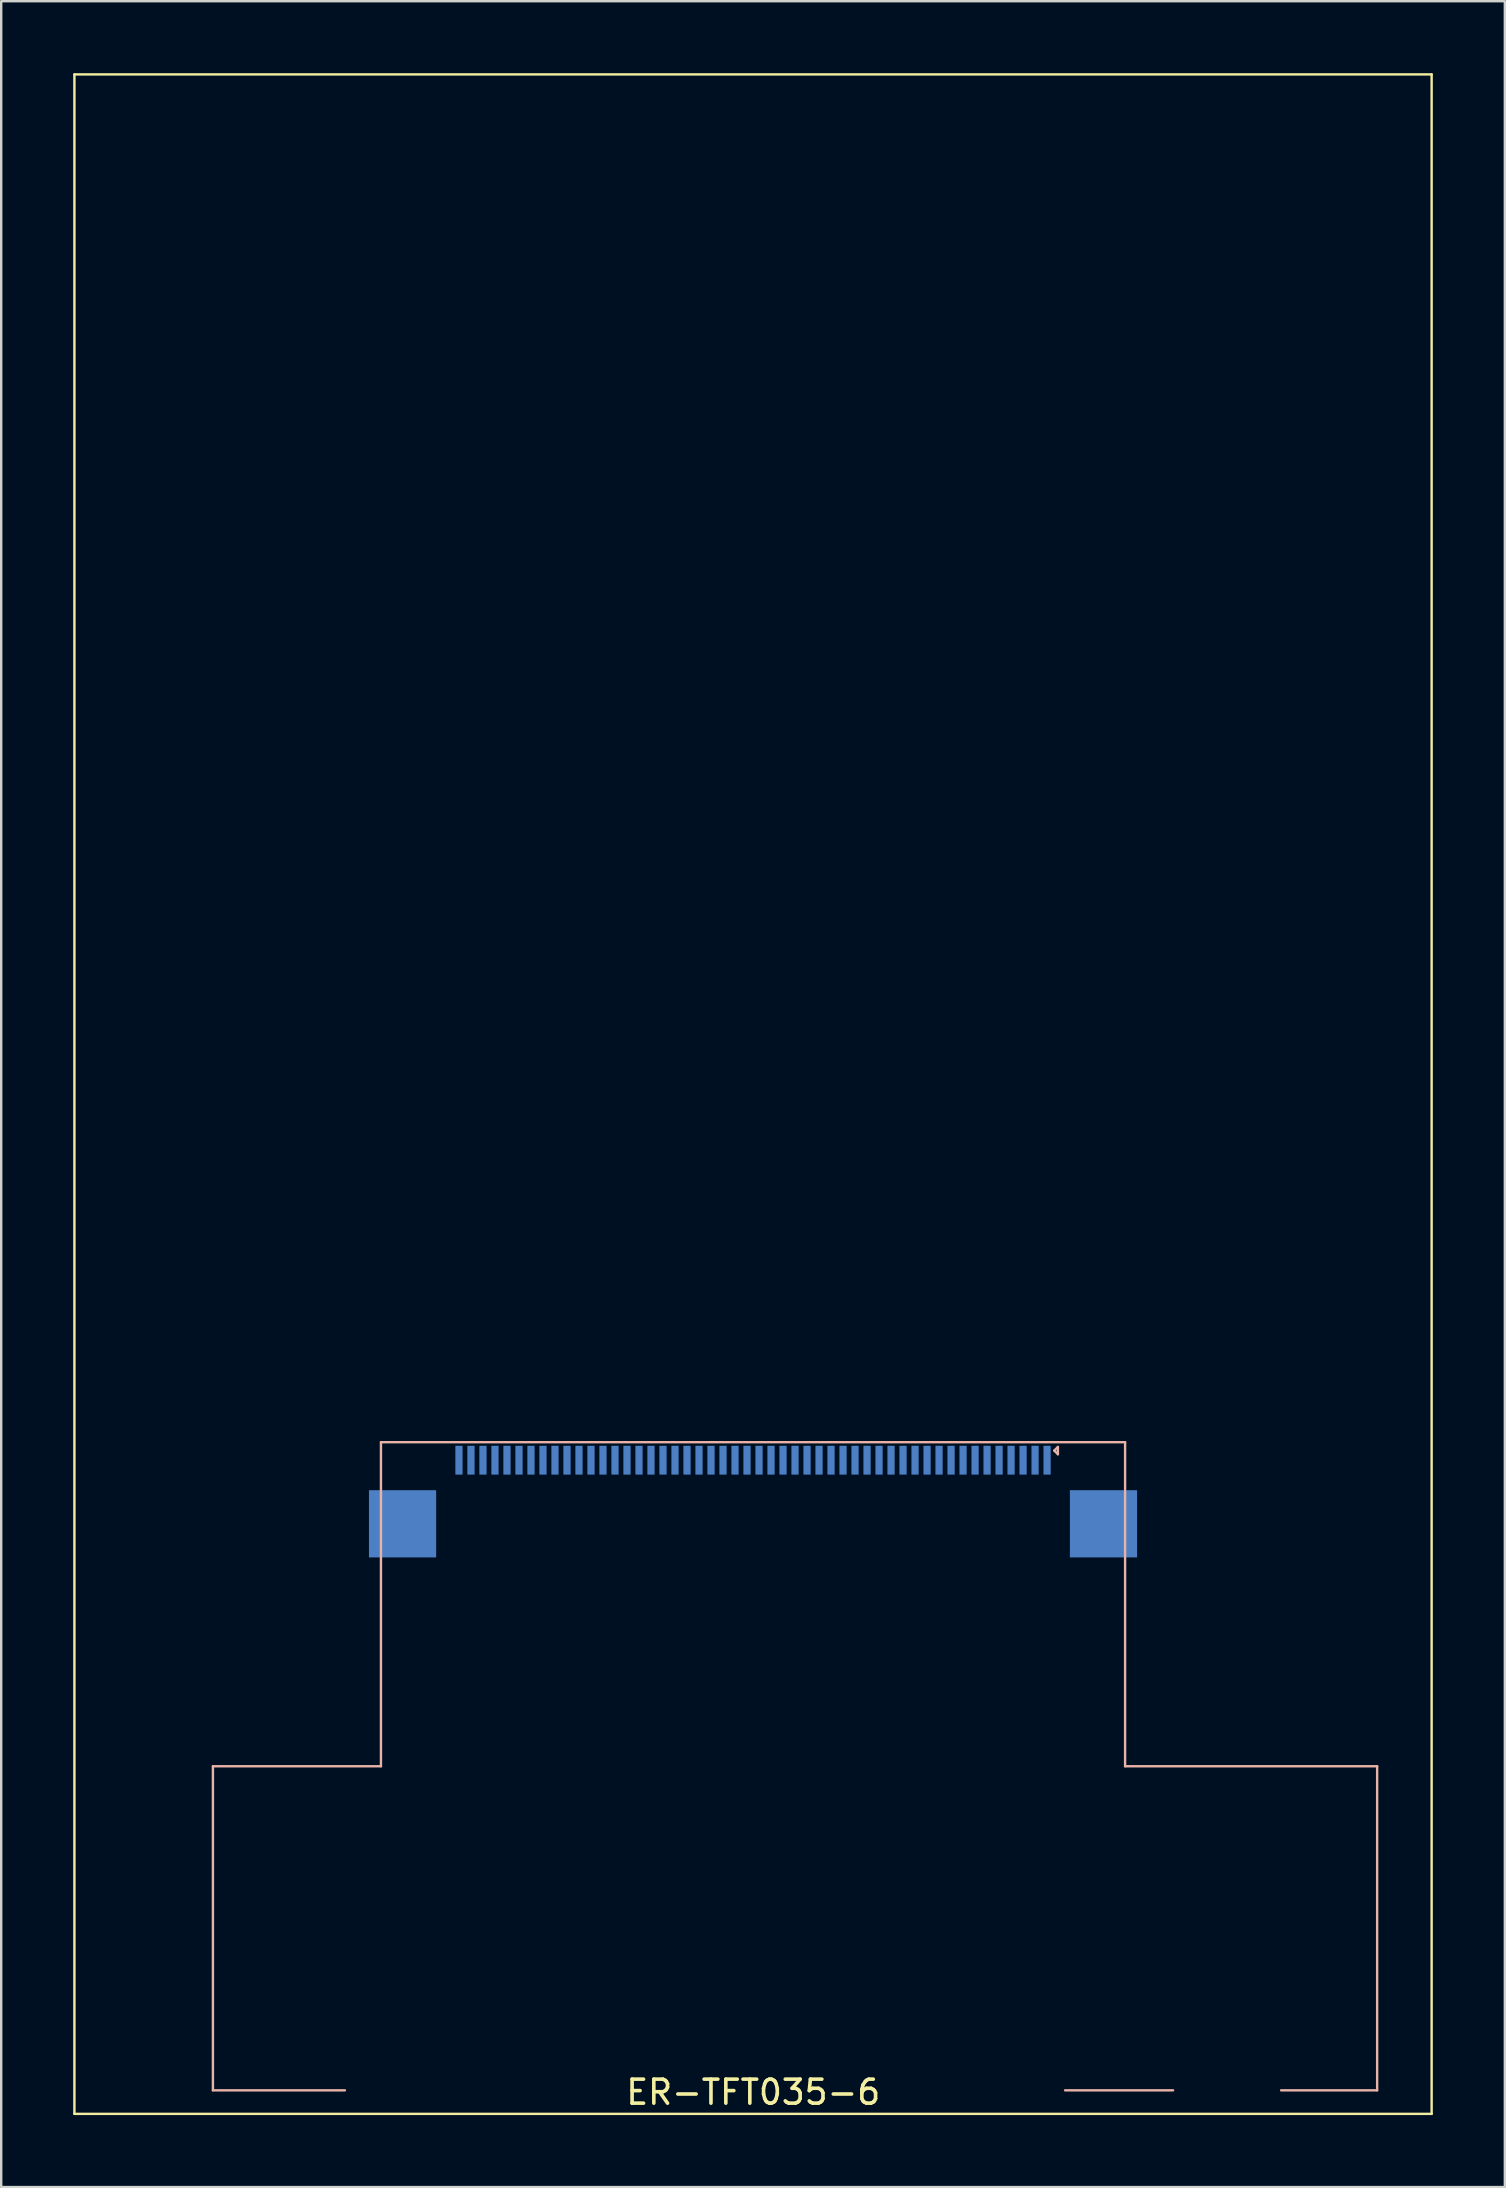
<source format=kicad_pcb>
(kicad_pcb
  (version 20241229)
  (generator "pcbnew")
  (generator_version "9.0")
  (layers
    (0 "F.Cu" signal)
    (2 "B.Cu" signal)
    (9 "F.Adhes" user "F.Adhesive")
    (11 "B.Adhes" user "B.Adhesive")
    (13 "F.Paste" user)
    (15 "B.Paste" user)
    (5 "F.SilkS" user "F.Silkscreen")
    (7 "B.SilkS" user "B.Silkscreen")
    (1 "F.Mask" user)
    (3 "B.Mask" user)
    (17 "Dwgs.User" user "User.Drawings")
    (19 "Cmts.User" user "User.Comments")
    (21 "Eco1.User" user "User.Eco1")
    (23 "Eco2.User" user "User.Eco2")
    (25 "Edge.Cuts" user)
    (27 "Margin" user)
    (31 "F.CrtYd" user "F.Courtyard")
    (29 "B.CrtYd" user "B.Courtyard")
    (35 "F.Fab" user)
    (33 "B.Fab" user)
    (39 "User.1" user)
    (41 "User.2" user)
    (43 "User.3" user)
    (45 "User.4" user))
  (footprint "ER-TFT035-6"
    (layer "F.Cu")
    (at 28.32 40.53)
    (property "Reference" "ER-TFT035-6" (at 0.01 43.58 0) (layer "F.SilkS") (effects (font (size 1 1) (thickness 0.15))))
    (attr smd)
    (fp_line (start -28.27 -40.48) (end 28.27 -40.48) (stroke (width 0.1) (type solid)) (layer "F.SilkS"))
    (fp_line (start -28.27 44.48) (end -28.27 -40.48) (stroke (width 0.1) (type solid)) (layer "F.SilkS"))
    (fp_line (start 28.27 -40.48) (end 28.27 44.48) (stroke (width 0.1) (type solid)) (layer "F.SilkS"))
    (fp_line (start 28.27 44.48) (end -28.27 44.48) (stroke (width 0.1) (type solid)) (layer "F.SilkS"))
    (fp_line (start -22.5 30) (end -22.5 43.5) (stroke (width 0.1) (type solid)) (layer "B.SilkS"))
    (fp_line (start -22.5 43.5) (end -17 43.5) (stroke (width 0.1) (type solid)) (layer "B.SilkS"))
    (fp_line (start -15.5 16.5) (end -15.5 30) (stroke (width 0.1) (type solid)) (layer "B.SilkS"))
    (fp_line (start -15.5 16.5) (end 15.5 16.5) (stroke (width 0.1) (type solid)) (layer "B.SilkS"))
    (fp_line (start -15.5 30) (end -22.5 30) (stroke (width 0.1) (type solid)) (layer "B.SilkS"))
    (fp_line (start 12.55 16.85) (end 12.7 17) (stroke (width 0.1) (type solid)) (layer "B.SilkS"))
    (fp_line (start 12.7 16.7) (end 12.55 16.85) (stroke (width 0.1) (type solid)) (layer "B.SilkS"))
    (fp_line (start 12.7 17) (end 12.7 16.7) (stroke (width 0.1) (type solid)) (layer "B.SilkS"))
    (fp_line (start 15.5 16.5) (end 15.5 30) (stroke (width 0.1) (type solid)) (layer "B.SilkS"))
    (fp_line (start 17.5 43.5) (end 13 43.5) (stroke (width 0.1) (type solid)) (layer "B.SilkS"))
    (fp_line (start 26 30) (end 15.5 30) (stroke (width 0.1) (type solid)) (layer "B.SilkS"))
    (fp_line (start 26 30) (end 26 43.5) (stroke (width 0.1) (type solid)) (layer "B.SilkS"))
    (fp_line (start 26 43.5) (end 22 43.5) (stroke (width 0.1) (type solid)) (layer "B.SilkS"))
    (pad "" smd rect (at -14.6 19.9) (size 2.8 2.8) (layers "B.Cu" "B.Mask" "B.Paste"))
    (pad "" smd rect (at 14.6 19.9) (size 2.8 2.8) (layers "B.Cu" "B.Mask" "B.Paste"))
    (pad "1" smd rect (at 12.25 17.25) (size 0.3 1.2) (layers "B.Cu" "B.Mask" "B.Paste"))
    (pad "2" smd rect (at 11.75 17.25) (size 0.3 1.2) (layers "B.Cu" "B.Mask" "B.Paste"))
    (pad "3" smd rect (at 11.25 17.25) (size 0.3 1.2) (layers "B.Cu" "B.Mask" "B.Paste"))
    (pad "4" smd rect (at 10.75 17.25) (size 0.3 1.2) (layers "B.Cu" "B.Mask" "B.Paste"))
    (pad "5" smd rect (at 10.25 17.25) (size 0.3 1.2) (layers "B.Cu" "B.Mask" "B.Paste"))
    (pad "6" smd rect (at 9.75 17.25) (size 0.3 1.2) (layers "B.Cu" "B.Mask" "B.Paste"))
    (pad "7" smd rect (at 9.25 17.25) (size 0.3 1.2) (layers "B.Cu" "B.Mask" "B.Paste"))
    (pad "8" smd rect (at 8.75 17.25) (size 0.3 1.2) (layers "B.Cu" "B.Mask" "B.Paste"))
    (pad "9" smd rect (at 8.25 17.25) (size 0.3 1.2) (layers "B.Cu" "B.Mask" "B.Paste"))
    (pad "10" smd rect (at 7.75 17.25) (size 0.3 1.2) (layers "B.Cu" "B.Mask" "B.Paste"))
    (pad "11" smd rect (at 7.25 17.25) (size 0.3 1.2) (layers "B.Cu" "B.Mask" "B.Paste"))
    (pad "12" smd rect (at 6.75 17.25) (size 0.3 1.2) (layers "B.Cu" "B.Mask" "B.Paste"))
    (pad "13" smd rect (at 6.25 17.25) (size 0.3 1.2) (layers "B.Cu" "B.Mask" "B.Paste"))
    (pad "14" smd rect (at 5.75 17.25) (size 0.3 1.2) (layers "B.Cu" "B.Mask" "B.Paste"))
    (pad "15" smd rect (at 5.25 17.25) (size 0.3 1.2) (layers "B.Cu" "B.Mask" "B.Paste"))
    (pad "16" smd rect (at 4.75 17.25) (size 0.3 1.2) (layers "B.Cu" "B.Mask" "B.Paste"))
    (pad "17" smd rect (at 4.25 17.25) (size 0.3 1.2) (layers "B.Cu" "B.Mask" "B.Paste"))
    (pad "18" smd rect (at 3.75 17.25) (size 0.3 1.2) (layers "B.Cu" "B.Mask" "B.Paste"))
    (pad "19" smd rect (at 3.25 17.25) (size 0.3 1.2) (layers "B.Cu" "B.Mask" "B.Paste"))
    (pad "20" smd rect (at 2.75 17.25) (size 0.3 1.2) (layers "B.Cu" "B.Mask" "B.Paste"))
    (pad "21" smd rect (at 2.25 17.25) (size 0.3 1.2) (layers "B.Cu" "B.Mask" "B.Paste"))
    (pad "22" smd rect (at 1.75 17.25) (size 0.3 1.2) (layers "B.Cu" "B.Mask" "B.Paste"))
    (pad "23" smd rect (at 1.25 17.25) (size 0.3 1.2) (layers "B.Cu" "B.Mask" "B.Paste"))
    (pad "24" smd rect (at 0.75 17.25) (size 0.3 1.2) (layers "B.Cu" "B.Mask" "B.Paste"))
    (pad "25" smd rect (at 0.25 17.25) (size 0.3 1.2) (layers "B.Cu" "B.Mask" "B.Paste"))
    (pad "26" smd rect (at -0.25 17.25) (size 0.3 1.2) (layers "B.Cu" "B.Mask" "B.Paste"))
    (pad "27" smd rect (at -0.75 17.25) (size 0.3 1.2) (layers "B.Cu" "B.Mask" "B.Paste"))
    (pad "28" smd rect (at -1.25 17.25) (size 0.3 1.2) (layers "B.Cu" "B.Mask" "B.Paste"))
    (pad "29" smd rect (at -1.75 17.25) (size 0.3 1.2) (layers "B.Cu" "B.Mask" "B.Paste"))
    (pad "30" smd rect (at -2.25 17.25) (size 0.3 1.2) (layers "B.Cu" "B.Mask" "B.Paste"))
    (pad "31" smd rect (at -2.75 17.25) (size 0.3 1.2) (layers "B.Cu" "B.Mask" "B.Paste"))
    (pad "32" smd rect (at -3.25 17.25) (size 0.3 1.2) (layers "B.Cu" "B.Mask" "B.Paste"))
    (pad "33" smd rect (at -3.75 17.25) (size 0.3 1.2) (layers "B.Cu" "B.Mask" "B.Paste"))
    (pad "34" smd rect (at -4.25 17.25) (size 0.3 1.2) (layers "B.Cu" "B.Mask" "B.Paste"))
    (pad "35" smd rect (at -4.75 17.25) (size 0.3 1.2) (layers "B.Cu" "B.Mask" "B.Paste"))
    (pad "36" smd rect (at -5.25 17.25) (size 0.3 1.2) (layers "B.Cu" "B.Mask" "B.Paste"))
    (pad "37" smd rect (at -5.75 17.25) (size 0.3 1.2) (layers "B.Cu" "B.Mask" "B.Paste"))
    (pad "38" smd rect (at -6.25 17.25) (size 0.3 1.2) (layers "B.Cu" "B.Mask" "B.Paste"))
    (pad "39" smd rect (at -6.75 17.25) (size 0.3 1.2) (layers "B.Cu" "B.Mask" "B.Paste"))
    (pad "40" smd rect (at -7.25 17.25) (size 0.3 1.2) (layers "B.Cu" "B.Mask" "B.Paste"))
    (pad "41" smd rect (at -7.75 17.25) (size 0.3 1.2) (layers "B.Cu" "B.Mask" "B.Paste"))
    (pad "42" smd rect (at -8.25 17.25) (size 0.3 1.2) (layers "B.Cu" "B.Mask" "B.Paste"))
    (pad "43" smd rect (at -8.75 17.25) (size 0.3 1.2) (layers "B.Cu" "B.Mask" "B.Paste"))
    (pad "44" smd rect (at -9.25 17.25) (size 0.3 1.2) (layers "B.Cu" "B.Mask" "B.Paste"))
    (pad "45" smd rect (at -9.75 17.25) (size 0.3 1.2) (layers "B.Cu" "B.Mask" "B.Paste"))
    (pad "46" smd rect (at -10.25 17.25) (size 0.3 1.2) (layers "B.Cu" "B.Mask" "B.Paste"))
    (pad "47" smd rect (at -10.75 17.25) (size 0.3 1.2) (layers "B.Cu" "B.Mask" "B.Paste"))
    (pad "48" smd rect (at -11.25 17.25) (size 0.3 1.2) (layers "B.Cu" "B.Mask" "B.Paste"))
    (pad "49" smd rect (at -11.75 17.25) (size 0.3 1.2) (layers "B.Cu" "B.Mask" "B.Paste"))
    (pad "50" smd rect (at -12.25 17.25) (size 0.3 1.2) (layers "B.Cu" "B.Mask" "B.Paste")))
  (gr_rect
    (start -3 -3)
    (end 59.64 88.06)
    (stroke (width 0.1) (type default))
    (fill no)
    (layer "Edge.Cuts")))
</source>
